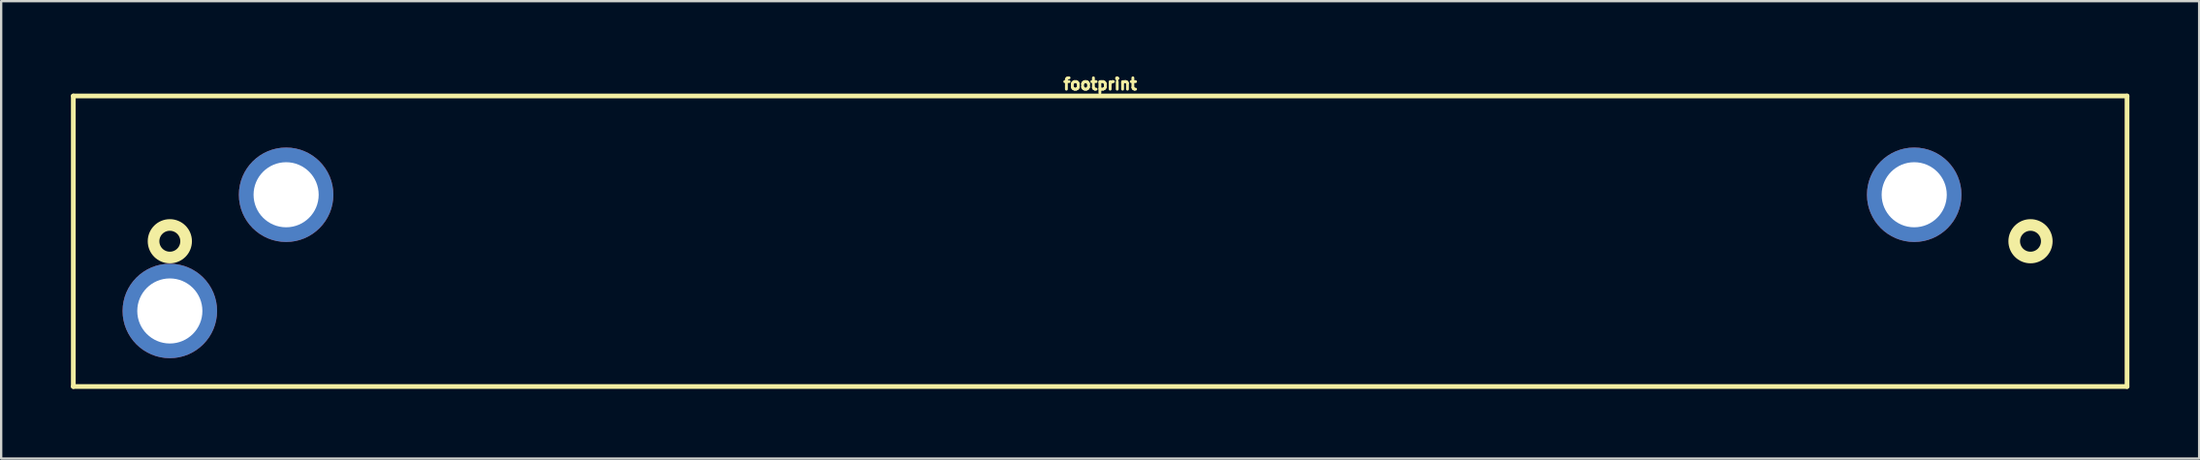
<source format=kicad_pcb>
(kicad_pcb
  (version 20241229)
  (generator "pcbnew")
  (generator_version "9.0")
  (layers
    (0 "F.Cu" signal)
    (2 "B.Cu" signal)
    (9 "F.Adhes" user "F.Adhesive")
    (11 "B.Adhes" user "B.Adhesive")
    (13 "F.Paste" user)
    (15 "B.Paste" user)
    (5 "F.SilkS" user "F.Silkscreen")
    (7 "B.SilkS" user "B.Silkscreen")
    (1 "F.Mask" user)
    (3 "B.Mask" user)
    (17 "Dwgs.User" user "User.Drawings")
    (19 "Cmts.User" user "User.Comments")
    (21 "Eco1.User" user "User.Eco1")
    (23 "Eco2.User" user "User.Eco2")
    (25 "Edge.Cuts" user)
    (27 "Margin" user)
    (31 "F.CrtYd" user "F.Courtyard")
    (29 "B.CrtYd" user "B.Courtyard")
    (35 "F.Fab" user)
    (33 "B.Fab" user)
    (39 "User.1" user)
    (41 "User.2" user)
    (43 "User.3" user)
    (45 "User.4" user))
  (footprint "footprint"
    (layer "F.Cu")
    (at 44.252 7.33)
    (property "Reference" "footprint" (at 0 -6.477 0) (layer "F.SilkS") (effects (font (size 0.488 0.488) (thickness 0.122)) (justify bottom)))
    (fp_line (start -44.15 -6.25) (end -44.15 6.25) (stroke (width 0.203) (type solid)) (layer "F.SilkS"))
    (fp_line (start -44.15 6.25) (end 44.15 6.25) (stroke (width 0.203) (type solid)) (layer "F.SilkS"))
    (fp_line (start 44.15 -6.25) (end -44.15 -6.25) (stroke (width 0.203) (type solid)) (layer "F.SilkS"))
    (fp_line (start 44.15 6.25) (end 44.15 -6.25) (stroke (width 0.203) (type solid)) (layer "F.SilkS"))
    (fp_circle (center -40 0) (end -39.3 0) (stroke (width 0.5) (type solid)) (fill no) (layer "F.SilkS"))
    (fp_circle (center 40 0) (end 40.7 0) (stroke (width 0.5) (type solid)) (fill no) (layer "F.SilkS"))
    (pad "1" thru_hole circle (at -35 -2) (size 4.064 4.064) (drill 2.8) (layers "*.Cu" "*.Mask"))
    (pad "2A" thru_hole circle (at -40 3) (size 4.064 4.064) (drill 2.8) (layers "*.Cu" "*.Mask"))
    (pad "3" thru_hole circle (at 35 -2) (size 4.064 4.064) (drill 2.8) (layers "*.Cu" "*.Mask")))
  (gr_rect
    (start -3 -3)
    (end 91.503 16.682)
    (stroke (width 0.1) (type default))
    (fill no)
    (layer "Edge.Cuts")))
</source>
